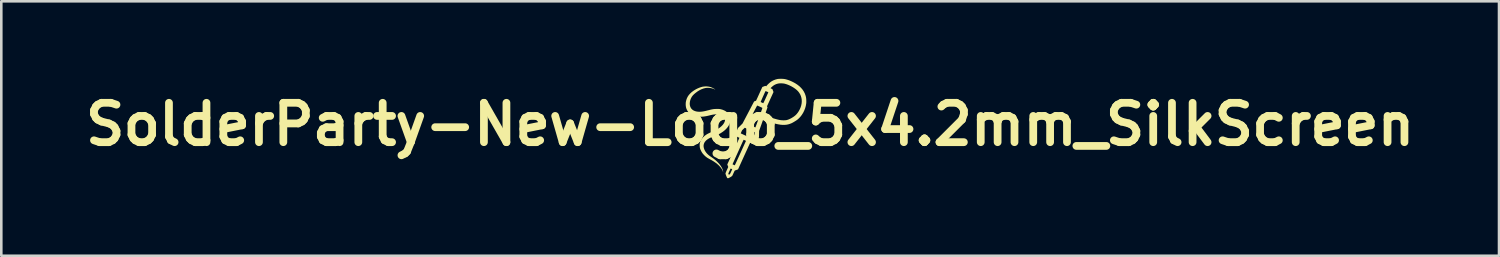
<source format=kicad_pcb>
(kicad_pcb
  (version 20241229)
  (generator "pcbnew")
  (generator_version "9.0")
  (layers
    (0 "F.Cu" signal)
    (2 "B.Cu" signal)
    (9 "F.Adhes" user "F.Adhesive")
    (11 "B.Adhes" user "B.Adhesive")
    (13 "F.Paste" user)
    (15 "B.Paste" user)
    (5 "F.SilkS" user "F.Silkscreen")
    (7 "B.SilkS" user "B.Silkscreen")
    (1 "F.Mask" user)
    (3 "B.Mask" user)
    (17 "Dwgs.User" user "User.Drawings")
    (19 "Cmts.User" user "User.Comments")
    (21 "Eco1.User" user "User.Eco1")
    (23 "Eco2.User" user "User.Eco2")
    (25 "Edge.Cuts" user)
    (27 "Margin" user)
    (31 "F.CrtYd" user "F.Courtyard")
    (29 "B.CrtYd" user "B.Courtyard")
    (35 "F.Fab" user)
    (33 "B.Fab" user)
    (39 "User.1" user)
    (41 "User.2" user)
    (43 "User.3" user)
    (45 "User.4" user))
  (footprint "SolderParty-New-Logo_5x4.2mm_SilkScreen"
    (layer "F.Cu")
    (at 25.988 1.764)
    (property "Reference" "SolderParty-New-Logo_5x4.2mm_SilkScreen" (at 0 0 0) (layer "F.SilkS") (effects (font (size 1.524 1.524) (thickness 0.3))))
    (attr through_hole)
    (fp_poly (pts (xy -1.659 -1.468) (xy -1.588 -1.458) (xy -1.52 -1.44) (xy -1.453 -1.412) (xy -1.387 -1.374) (xy -1.384 -1.372) (xy -1.364 -1.359) (xy -1.354 -1.351) (xy -1.351 -1.347) (xy -1.357 -1.349) (xy -1.369 -1.353) (xy -1.401 -1.367) (xy -1.426 -1.377) (xy -1.448 -1.385) (xy -1.469 -1.391) (xy -1.483 -1.395) (xy -1.559 -1.41) (xy -1.632 -1.415) (xy -1.704 -1.411) (xy -1.723 -1.408) (xy -1.799 -1.39) (xy -1.875 -1.363) (xy -1.95 -1.327) (xy -2.026 -1.282) (xy -2.102 -1.226) (xy -2.166 -1.173) (xy -2.217 -1.122) (xy -2.259 -1.067) (xy -2.292 -1.006) (xy -2.317 -0.941) (xy -2.333 -0.871) (xy -2.333 -0.868) (xy -2.339 -0.806) (xy -2.335 -0.749) (xy -2.323 -0.697) (xy -2.303 -0.65) (xy -2.276 -0.608) (xy -2.24 -0.572) (xy -2.198 -0.542) (xy -2.149 -0.519) (xy -2.093 -0.501) (xy -2.031 -0.491) (xy -1.963 -0.487) (xy -1.901 -0.49) (xy -1.871 -0.493) (xy -1.842 -0.497) (xy -1.812 -0.502) (xy -1.779 -0.508) (xy -1.742 -0.516) (xy -1.699 -0.526) (xy -1.649 -0.539) (xy -1.62 -0.546) (xy -1.565 -0.56) (xy -1.518 -0.572) (xy -1.477 -0.58) (xy -1.44 -0.587) (xy -1.405 -0.592) (xy -1.371 -0.595) (xy -1.335 -0.596) (xy -1.296 -0.597) (xy -1.285 -0.597) (xy -1.25 -0.597) (xy -1.222 -0.597) (xy -1.2 -0.595) (xy -1.181 -0.594) (xy -1.164 -0.591) (xy -1.145 -0.587) (xy -1.131 -0.584) (xy -1.062 -0.564) (xy -0.999 -0.537) (xy -0.942 -0.505) (xy -0.892 -0.467) (xy -0.849 -0.425) (xy -0.815 -0.378) (xy -0.789 -0.327) (xy -0.778 -0.295) (xy -0.766 -0.235) (xy -0.763 -0.174) (xy -0.77 -0.112) (xy -0.785 -0.051) (xy -0.81 0.009) (xy -0.844 0.069) (xy -0.886 0.127) (xy -0.936 0.183) (xy -0.994 0.237) (xy -1.06 0.288) (xy -1.133 0.336) (xy -1.151 0.347) (xy -1.214 0.381) (xy -1.287 0.415) (xy -1.368 0.448) (xy -1.413 0.465) (xy -1.477 0.49) (xy -1.533 0.514) (xy -1.581 0.538) (xy -1.624 0.562) (xy -1.661 0.587) (xy -1.694 0.614) (xy -1.716 0.635) (xy -1.752 0.677) (xy -1.778 0.722) (xy -1.795 0.77) (xy -1.803 0.821) (xy -1.801 0.874) (xy -1.789 0.928) (xy -1.768 0.985) (xy -1.759 1.003) (xy -1.73 1.053) (xy -1.696 1.1) (xy -1.656 1.145) (xy -1.609 1.188) (xy -1.554 1.231) (xy -1.519 1.255) (xy -1.466 1.292) (xy -1.42 1.324) (xy -1.379 1.356) (xy -1.342 1.386) (xy -1.307 1.417) (xy -1.272 1.451) (xy -1.24 1.484) (xy -1.189 1.54) (xy -1.145 1.598) (xy -1.109 1.654) (xy -1.08 1.71) (xy -1.06 1.764) (xy -1.049 1.814) (xy -1.048 1.817) (xy -1.047 1.831) (xy -1.048 1.839) (xy -1.05 1.84) (xy -1.052 1.834) (xy -1.055 1.826) (xy -1.059 1.812) (xy -1.06 1.808) (xy -1.075 1.772) (xy -1.097 1.732) (xy -1.125 1.69) (xy -1.16 1.647) (xy -1.199 1.604) (xy -1.216 1.587) (xy -1.273 1.536) (xy -1.336 1.487) (xy -1.405 1.439) (xy -1.482 1.392) (xy -1.55 1.355) (xy -1.579 1.339) (xy -1.608 1.323) (xy -1.635 1.307) (xy -1.658 1.294) (xy -1.665 1.289) (xy -1.694 1.268) (xy -1.728 1.241) (xy -1.762 1.21) (xy -1.795 1.176) (xy -1.824 1.144) (xy -1.843 1.121) (xy -1.865 1.088) (xy -1.888 1.05) (xy -1.908 1.01) (xy -1.926 0.971) (xy -1.938 0.936) (xy -1.94 0.93) (xy -1.947 0.899) (xy -1.951 0.862) (xy -1.954 0.823) (xy -1.954 0.784) (xy -1.951 0.75) (xy -1.949 0.733) (xy -1.93 0.668) (xy -1.901 0.607) (xy -1.864 0.549) (xy -1.817 0.495) (xy -1.761 0.444) (xy -1.752 0.438) (xy -1.724 0.416) (xy -1.695 0.396) (xy -1.666 0.378) (xy -1.634 0.361) (xy -1.599 0.343) (xy -1.558 0.324) (xy -1.509 0.303) (xy -1.485 0.293) (xy -1.391 0.251) (xy -1.307 0.208) (xy -1.233 0.164) (xy -1.167 0.119) (xy -1.111 0.071) (xy -1.064 0.022) (xy -1.052 0.009) (xy -1.018 -0.04) (xy -0.993 -0.087) (xy -0.978 -0.132) (xy -0.971 -0.175) (xy -0.975 -0.215) (xy -0.987 -0.253) (xy -1.008 -0.286) (xy -1.039 -0.316) (xy -1.078 -0.342) (xy -1.126 -0.363) (xy -1.168 -0.376) (xy -1.187 -0.38) (xy -1.205 -0.383) (xy -1.224 -0.385) (xy -1.247 -0.387) (xy -1.277 -0.387) (xy -1.298 -0.387) (xy -1.333 -0.387) (xy -1.364 -0.385) (xy -1.393 -0.383) (xy -1.423 -0.379) (xy -1.455 -0.374) (xy -1.491 -0.366) (xy -1.533 -0.357) (xy -1.579 -0.345) (xy -1.646 -0.329) (xy -1.705 -0.317) (xy -1.759 -0.308) (xy -1.811 -0.301) (xy -1.861 -0.297) (xy -1.912 -0.295) (xy -1.932 -0.295) (xy -2.01 -0.298) (xy -2.083 -0.308) (xy -2.15 -0.324) (xy -2.214 -0.347) (xy -2.248 -0.362) (xy -2.306 -0.396) (xy -2.356 -0.436) (xy -2.399 -0.483) (xy -2.435 -0.536) (xy -2.463 -0.596) (xy -2.478 -0.638) (xy -2.486 -0.676) (xy -2.492 -0.719) (xy -2.495 -0.766) (xy -2.494 -0.812) (xy -2.491 -0.855) (xy -2.488 -0.873) (xy -2.471 -0.945) (xy -2.447 -1.012) (xy -2.416 -1.074) (xy -2.377 -1.132) (xy -2.329 -1.187) (xy -2.273 -1.24) (xy -2.208 -1.29) (xy -2.152 -1.327) (xy -2.09 -1.363) (xy -2.023 -1.396) (xy -1.954 -1.424) (xy -1.886 -1.446) (xy -1.84 -1.458) (xy -1.82 -1.461) (xy -1.794 -1.464) (xy -1.764 -1.467) (xy -1.735 -1.469) (xy -1.734 -1.469)) (stroke (width 0) (type solid)) (fill yes) (layer "F.SilkS"))
    (fp_poly (pts (xy 1.253 -1.762) (xy 1.296 -1.759) (xy 1.334 -1.754) (xy 1.353 -1.751) (xy 1.426 -1.732) (xy 1.504 -1.706) (xy 1.583 -1.674) (xy 1.662 -1.636) (xy 1.739 -1.594) (xy 1.751 -1.587) (xy 1.834 -1.532) (xy 1.909 -1.473) (xy 1.974 -1.409) (xy 2.031 -1.342) (xy 2.078 -1.27) (xy 2.116 -1.195) (xy 2.145 -1.115) (xy 2.16 -1.056) (xy 2.166 -1.02) (xy 2.171 -0.976) (xy 2.173 -0.93) (xy 2.174 -0.883) (xy 2.173 -0.839) (xy 2.17 -0.807) (xy 2.154 -0.715) (xy 2.129 -0.624) (xy 2.094 -0.535) (xy 2.052 -0.449) (xy 2.001 -0.368) (xy 1.968 -0.323) (xy 1.942 -0.292) (xy 1.912 -0.259) (xy 1.88 -0.227) (xy 1.848 -0.198) (xy 1.819 -0.175) (xy 1.814 -0.17) (xy 1.79 -0.154) (xy 1.76 -0.135) (xy 1.726 -0.114) (xy 1.692 -0.093) (xy 1.658 -0.074) (xy 1.628 -0.057) (xy 1.604 -0.045) (xy 1.603 -0.045) (xy 1.538 -0.019) (xy 1.472 0.001) (xy 1.403 0.014) (xy 1.331 0.02) (xy 1.254 0.02) (xy 1.174 0.013) (xy 1.088 -0.001) (xy 0.996 -0.021) (xy 0.897 -0.048) (xy 0.868 -0.058) (xy 0.845 -0.065) (xy 0.818 -0.074) (xy 0.788 -0.084) (xy 0.756 -0.095) (xy 0.724 -0.106) (xy 0.693 -0.117) (xy 0.665 -0.128) (xy 0.641 -0.137) (xy 0.622 -0.144) (xy 0.611 -0.148) (xy 0.609 -0.15) (xy 0.609 -0.155) (xy 0.613 -0.168) (xy 0.619 -0.186) (xy 0.626 -0.208) (xy 0.635 -0.232) (xy 0.643 -0.256) (xy 0.652 -0.278) (xy 0.659 -0.296) (xy 0.664 -0.309) (xy 0.667 -0.314) (xy 0.672 -0.313) (xy 0.685 -0.308) (xy 0.704 -0.302) (xy 0.728 -0.293) (xy 0.756 -0.283) (xy 0.758 -0.282) (xy 0.849 -0.25) (xy 0.933 -0.223) (xy 1.013 -0.2) (xy 1.088 -0.181) (xy 1.147 -0.169) (xy 1.186 -0.163) (xy 1.23 -0.159) (xy 1.274 -0.157) (xy 1.319 -0.157) (xy 1.36 -0.159) (xy 1.397 -0.163) (xy 1.426 -0.169) (xy 1.426 -0.169) (xy 1.481 -0.187) (xy 1.538 -0.211) (xy 1.597 -0.242) (xy 1.659 -0.28) (xy 1.691 -0.301) (xy 1.747 -0.345) (xy 1.799 -0.397) (xy 1.846 -0.456) (xy 1.888 -0.52) (xy 1.924 -0.589) (xy 1.954 -0.66) (xy 1.977 -0.734) (xy 1.992 -0.808) (xy 1.998 -0.881) (xy 1.996 -0.952) (xy 1.996 -0.957) (xy 1.984 -1.029) (xy 1.965 -1.095) (xy 1.938 -1.158) (xy 1.901 -1.219) (xy 1.863 -1.27) (xy 1.824 -1.311) (xy 1.777 -1.353) (xy 1.722 -1.394) (xy 1.663 -1.433) (xy 1.599 -1.47) (xy 1.533 -1.503) (xy 1.466 -1.532) (xy 1.4 -1.556) (xy 1.336 -1.574) (xy 1.312 -1.579) (xy 1.275 -1.584) (xy 1.233 -1.587) (xy 1.188 -1.588) (xy 1.144 -1.587) (xy 1.104 -1.583) (xy 1.07 -1.577) (xy 1.068 -1.576) (xy 1.005 -1.557) (xy 0.947 -1.53) (xy 0.894 -1.496) (xy 0.842 -1.453) (xy 0.833 -1.445) (xy 0.816 -1.428) (xy 0.802 -1.414) (xy 0.793 -1.404) (xy 0.79 -1.4) (xy 0.79 -1.4) (xy 0.795 -1.397) (xy 0.807 -1.39) (xy 0.823 -1.382) (xy 0.827 -1.38) (xy 0.862 -1.363) (xy 0.904 -1.251) (xy 0.654 -0.703) (xy 0.662 -0.678) (xy 0.671 -0.653) (xy 0.508 -0.199) (xy 0.346 0.255) (xy 0.344 0.376) (xy 0.342 0.498) (xy 0.293 0.605) (xy 0.279 0.636) (xy 0.266 0.663) (xy 0.255 0.687) (xy 0.246 0.705) (xy 0.241 0.715) (xy 0.239 0.718) (xy 0.233 0.722) (xy 0.22 0.728) (xy 0.201 0.736) (xy 0.179 0.745) (xy 0.122 0.765) (xy 0.062 0.738) (xy 0.036 0.726) (xy 0.017 0.719) (xy 0.005 0.716) (xy -0.001 0.716) (xy -0.002 0.717) (xy -0.004 0.722) (xy -0.011 0.736) (xy -0.021 0.757) (xy -0.034 0.786) (xy -0.05 0.822) (xy -0.07 0.864) (xy -0.091 0.912) (xy -0.115 0.965) (xy -0.141 1.022) (xy -0.169 1.082) (xy -0.198 1.147) (xy -0.229 1.213) (xy -0.237 1.232) (xy -0.469 1.742) (xy -0.521 1.761) (xy -0.543 1.77) (xy -0.563 1.776) (xy -0.578 1.781) (xy -0.584 1.782) (xy -0.589 1.784) (xy -0.594 1.788) (xy -0.599 1.796) (xy -0.606 1.809) (xy -0.616 1.827) (xy -0.628 1.853) (xy -0.642 1.884) (xy -0.656 1.914) (xy -0.668 1.941) (xy -0.68 1.964) (xy -0.688 1.982) (xy -0.694 1.993) (xy -0.695 1.994) (xy -0.702 2.001) (xy -0.716 2.011) (xy -0.734 2.023) (xy -0.757 2.038) (xy -0.769 2.045) (xy -0.801 2.063) (xy -0.825 2.076) (xy -0.844 2.083) (xy -0.859 2.086) (xy -0.872 2.084) (xy -0.883 2.078) (xy -0.887 2.074) (xy -0.894 2.065) (xy -0.902 2.049) (xy -0.912 2.027) (xy -0.922 2.002) (xy -0.933 1.976) (xy -0.942 1.95) (xy -0.949 1.927) (xy -0.954 1.91) (xy -0.955 1.903) (xy -0.845 1.903) (xy -0.836 1.927) (xy -0.83 1.94) (xy -0.825 1.949) (xy -0.823 1.95) (xy -0.816 1.947) (xy -0.804 1.941) (xy -0.798 1.936) (xy -0.79 1.931) (xy -0.783 1.923) (xy -0.777 1.914) (xy -0.769 1.9) (xy -0.759 1.88) (xy -0.746 1.854) (xy -0.737 1.833) (xy -0.724 1.805) (xy -0.713 1.78) (xy -0.704 1.76) (xy -0.698 1.746) (xy -0.695 1.739) (xy -0.695 1.739) (xy -0.699 1.735) (xy -0.71 1.729) (xy -0.723 1.722) (xy -0.737 1.716) (xy -0.749 1.712) (xy -0.754 1.71) (xy -0.757 1.715) (xy -0.764 1.727) (xy -0.773 1.746) (xy -0.784 1.769) (xy -0.797 1.797) (xy -0.802 1.807) (xy -0.845 1.903) (xy -0.955 1.903) (xy -0.955 1.9) (xy -0.953 1.891) (xy -0.947 1.875) (xy -0.938 1.852) (xy -0.927 1.824) (xy -0.913 1.792) (xy -0.902 1.768) (xy -0.848 1.65) (xy -0.867 1.601) (xy -0.885 1.552) (xy -0.882 1.545) (xy -0.682 1.545) (xy -0.676 1.549) (xy -0.663 1.555) (xy -0.647 1.563) (xy -0.629 1.571) (xy -0.613 1.578) (xy -0.601 1.583) (xy -0.595 1.585) (xy -0.592 1.581) (xy -0.586 1.568) (xy -0.576 1.547) (xy -0.563 1.519) (xy -0.547 1.484) (xy -0.528 1.443) (xy -0.507 1.396) (xy -0.483 1.345) (xy -0.457 1.289) (xy -0.43 1.23) (xy -0.402 1.167) (xy -0.376 1.111) (xy -0.161 0.638) (xy -0.206 0.616) (xy -0.225 0.607) (xy -0.241 0.601) (xy -0.25 0.597) (xy -0.253 0.596) (xy -0.256 0.602) (xy -0.262 0.616) (xy -0.272 0.637) (xy -0.286 0.666) (xy -0.302 0.7) (xy -0.32 0.74) (xy -0.34 0.784) (xy -0.362 0.833) (xy -0.386 0.884) (xy -0.41 0.938) (xy -0.435 0.994) (xy -0.461 1.051) (xy -0.487 1.108) (xy -0.512 1.164) (xy -0.537 1.219) (xy -0.561 1.273) (xy -0.584 1.323) (xy -0.605 1.371) (xy -0.624 1.414) (xy -0.641 1.452) (xy -0.656 1.485) (xy -0.667 1.511) (xy -0.676 1.531) (xy -0.681 1.542) (xy -0.682 1.545) (xy -0.882 1.545) (xy -0.65 1.038) (xy -0.619 0.97) (xy -0.589 0.905) (xy -0.561 0.843) (xy -0.534 0.785) (xy -0.51 0.731) (xy -0.488 0.682) (xy -0.468 0.639) (xy -0.451 0.601) (xy -0.438 0.57) (xy -0.427 0.546) (xy -0.42 0.53) (xy -0.417 0.522) (xy -0.417 0.521) (xy -0.422 0.518) (xy -0.435 0.512) (xy -0.453 0.504) (xy -0.47 0.496) (xy -0.521 0.472) (xy -0.543 0.414) (xy -0.565 0.356) (xy -0.561 0.348) (xy -0.363 0.348) (xy -0.363 0.349) (xy -0.357 0.352) (xy -0.344 0.358) (xy -0.324 0.368) (xy -0.297 0.38) (xy -0.266 0.395) (xy -0.231 0.411) (xy -0.193 0.428) (xy -0.153 0.446) (xy -0.113 0.464) (xy -0.073 0.482) (xy -0.034 0.499) (xy 0.002 0.516) (xy 0.035 0.53) (xy 0.063 0.543) (xy 0.086 0.553) (xy 0.102 0.56) (xy 0.111 0.563) (xy 0.112 0.563) (xy 0.116 0.558) (xy 0.123 0.546) (xy 0.132 0.528) (xy 0.142 0.507) (xy 0.143 0.505) (xy 0.17 0.448) (xy 0.17 0.374) (xy 0.17 0.301) (xy 0.056 0.25) (xy 0.019 0.233) (xy -0.02 0.216) (xy -0.058 0.198) (xy -0.093 0.182) (xy -0.123 0.169) (xy -0.132 0.165) (xy -0.207 0.131) (xy -0.255 0.175) (xy -0.274 0.193) (xy -0.29 0.208) (xy -0.302 0.219) (xy -0.309 0.226) (xy -0.309 0.226) (xy -0.314 0.234) (xy -0.321 0.248) (xy -0.329 0.266) (xy -0.339 0.286) (xy -0.347 0.307) (xy -0.355 0.325) (xy -0.361 0.34) (xy -0.363 0.348) (xy -0.561 0.348) (xy -0.468 0.138) (xy -0.381 0.053) (xy -0.311 -0.017) (xy -0.104 -0.017) (xy 0.047 0.051) (xy 0.083 0.068) (xy 0.116 0.083) (xy 0.146 0.095) (xy 0.17 0.106) (xy 0.188 0.113) (xy 0.2 0.118) (xy 0.202 0.118) (xy 0.205 0.113) (xy 0.21 0.1) (xy 0.219 0.078) (xy 0.229 0.05) (xy 0.243 0.014) (xy 0.258 -0.027) (xy 0.275 -0.073) (xy 0.293 -0.124) (xy 0.313 -0.179) (xy 0.334 -0.236) (xy 0.341 -0.255) (xy 0.362 -0.314) (xy 0.382 -0.37) (xy 0.4 -0.422) (xy 0.417 -0.47) (xy 0.433 -0.514) (xy 0.446 -0.552) (xy 0.457 -0.583) (xy 0.465 -0.608) (xy 0.471 -0.625) (xy 0.473 -0.633) (xy 0.474 -0.634) (xy 0.469 -0.638) (xy 0.457 -0.645) (xy 0.439 -0.655) (xy 0.416 -0.666) (xy 0.391 -0.677) (xy 0.364 -0.69) (xy 0.338 -0.701) (xy 0.315 -0.711) (xy 0.294 -0.72) (xy 0.279 -0.725) (xy 0.271 -0.727) (xy 0.27 -0.727) (xy 0.267 -0.722) (xy 0.26 -0.709) (xy 0.249 -0.688) (xy 0.234 -0.661) (xy 0.217 -0.627) (xy 0.196 -0.589) (xy 0.174 -0.546) (xy 0.149 -0.499) (xy 0.123 -0.449) (xy 0.103 -0.41) (xy 0.075 -0.357) (xy 0.048 -0.306) (xy 0.022 -0.257) (xy -0.002 -0.211) (xy -0.023 -0.17) (xy -0.042 -0.134) (xy -0.058 -0.103) (xy -0.071 -0.079) (xy -0.08 -0.063) (xy -0.083 -0.057) (xy -0.104 -0.017) (xy -0.311 -0.017) (xy -0.295 -0.033) (xy -0.071 -0.46) (xy 0.142 -0.866) (xy 0.407 -0.866) (xy 0.413 -0.862) (xy 0.426 -0.856) (xy 0.443 -0.848) (xy 0.463 -0.839) (xy 0.481 -0.831) (xy 0.496 -0.824) (xy 0.506 -0.821) (xy 0.508 -0.82) (xy 0.511 -0.825) (xy 0.518 -0.837) (xy 0.528 -0.857) (xy 0.541 -0.884) (xy 0.556 -0.915) (xy 0.573 -0.952) (xy 0.592 -0.992) (xy 0.609 -1.031) (xy 0.629 -1.074) (xy 0.647 -1.114) (xy 0.663 -1.15) (xy 0.677 -1.181) (xy 0.689 -1.207) (xy 0.697 -1.227) (xy 0.703 -1.239) (xy 0.704 -1.243) (xy 0.697 -1.247) (xy 0.684 -1.253) (xy 0.666 -1.261) (xy 0.647 -1.269) (xy 0.628 -1.276) (xy 0.611 -1.283) (xy 0.599 -1.286) (xy 0.595 -1.287) (xy 0.591 -1.281) (xy 0.584 -1.267) (xy 0.575 -1.246) (xy 0.562 -1.22) (xy 0.548 -1.189) (xy 0.533 -1.155) (xy 0.516 -1.118) (xy 0.499 -1.081) (xy 0.482 -1.043) (xy 0.466 -1.006) (xy 0.451 -0.971) (xy 0.437 -0.939) (xy 0.425 -0.912) (xy 0.416 -0.89) (xy 0.41 -0.875) (xy 0.407 -0.867) (xy 0.407 -0.866) (xy 0.142 -0.866) (xy 0.153 -0.888) (xy 0.189 -0.9) (xy 0.206 -0.907) (xy 0.22 -0.913) (xy 0.228 -0.916) (xy 0.228 -0.917) (xy 0.231 -0.922) (xy 0.238 -0.935) (xy 0.248 -0.956) (xy 0.26 -0.984) (xy 0.276 -1.017) (xy 0.294 -1.056) (xy 0.313 -1.098) (xy 0.334 -1.144) (xy 0.352 -1.184) (xy 0.472 -1.447) (xy 0.53 -1.469) (xy 0.554 -1.478) (xy 0.571 -1.484) (xy 0.582 -1.487) (xy 0.591 -1.487) (xy 0.597 -1.486) (xy 0.605 -1.482) (xy 0.623 -1.474) (xy 0.637 -1.494) (xy 0.646 -1.504) (xy 0.661 -1.52) (xy 0.678 -1.539) (xy 0.698 -1.559) (xy 0.705 -1.566) (xy 0.767 -1.621) (xy 0.832 -1.668) (xy 0.902 -1.705) (xy 0.977 -1.734) (xy 1.05 -1.754) (xy 1.081 -1.759) (xy 1.119 -1.762) (xy 1.162 -1.763) (xy 1.208 -1.764)) (stroke (width 0) (type solid)) (fill yes) (layer "F.SilkS")))
  (gr_rect
    (start -3 -3)
    (end 54.976 6.85)
    (stroke (width 0.1) (type default))
    (fill no)
    (layer "Edge.Cuts")))
</source>
